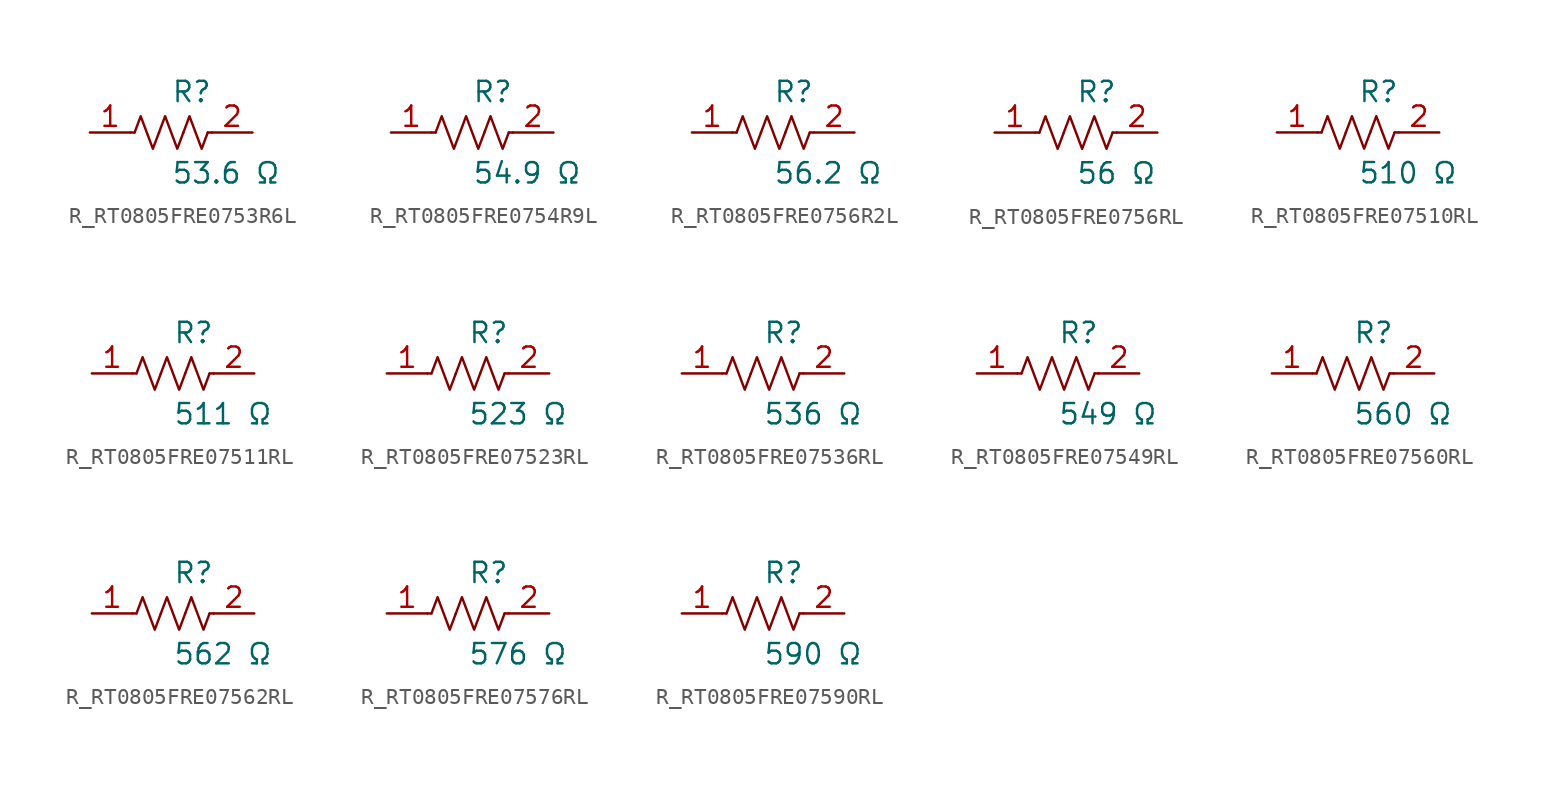
<source format=kicad_sym>
(kicad_symbol_lib
  (version 20231120)
  (generator kicad_symbol_editor)
  (generator_version 8.0)
  (symbol "R_RT0805FRE0753R6L"
    (pin_names
      (offset 0.254))
    (property "Reference" "R"
      (at 0.0 2.54 0)
      (effects (font (size 1.27 1.27)) (justify left)))
    (property "Value" "53.6 Ω"
      (at 0.0 -2.54 0)
      (effects (font (size 1.27 1.27)) (justify left)))
    (symbol "R_RT0805FRE0753R6L_0_1"
      (polyline (pts (xy 2.286 0) (xy 2.54 0)) (stroke (width 0) (type default)) (fill (type none)))
      (polyline (pts (xy -2.286 0) (xy -2.54 0)) (stroke (width 0) (type default)) (fill (type none)))
      (polyline (pts (xy 0.762 0) (xy 1.143 1.016) (xy 1.524 0) (xy 1.905 -1.016) (xy 2.286 0)) (stroke (width 0) (type default)) (fill (type none)))
      (polyline (pts (xy -0.762 0) (xy -0.381 1.016) (xy 0 0) (xy 0.381 -1.016) (xy 0.762 0)) (stroke (width 0) (type default)) (fill (type none)))
      (polyline (pts (xy -2.286 0) (xy -1.905 1.016) (xy -1.524 0) (xy -1.143 -1.016) (xy -0.762 0)) (stroke (width 0) (type default)) (fill (type none))))
    (pin unspecified line
      (at -5.08 0 0)
      (length 2.54)
      (name "" (effects (font (size 1.27 1.27))))
      (number "1" (effects (font (size 1.27 1.27)))))
    (pin unspecified line
      (at 5.08 0 180)
      (length 2.54)
      (name "" (effects (font (size 1.27 1.27))))
      (number "2" (effects (font (size 1.27 1.27))))))
  (symbol "R_RT0805FRE0754R9L"
    (pin_names
      (offset 0.254))
    (property "Reference" "R"
      (at 0.0 2.54 0)
      (effects (font (size 1.27 1.27)) (justify left)))
    (property "Value" "54.9 Ω"
      (at 0.0 -2.54 0)
      (effects (font (size 1.27 1.27)) (justify left)))
    (symbol "R_RT0805FRE0754R9L_0_1"
      (polyline (pts (xy 2.286 0) (xy 2.54 0)) (stroke (width 0) (type default)) (fill (type none)))
      (polyline (pts (xy -2.286 0) (xy -2.54 0)) (stroke (width 0) (type default)) (fill (type none)))
      (polyline (pts (xy 0.762 0) (xy 1.143 1.016) (xy 1.524 0) (xy 1.905 -1.016) (xy 2.286 0)) (stroke (width 0) (type default)) (fill (type none)))
      (polyline (pts (xy -0.762 0) (xy -0.381 1.016) (xy 0 0) (xy 0.381 -1.016) (xy 0.762 0)) (stroke (width 0) (type default)) (fill (type none)))
      (polyline (pts (xy -2.286 0) (xy -1.905 1.016) (xy -1.524 0) (xy -1.143 -1.016) (xy -0.762 0)) (stroke (width 0) (type default)) (fill (type none))))
    (pin unspecified line
      (at -5.08 0 0)
      (length 2.54)
      (name "" (effects (font (size 1.27 1.27))))
      (number "1" (effects (font (size 1.27 1.27)))))
    (pin unspecified line
      (at 5.08 0 180)
      (length 2.54)
      (name "" (effects (font (size 1.27 1.27))))
      (number "2" (effects (font (size 1.27 1.27))))))
  (symbol "R_RT0805FRE0756R2L"
    (pin_names
      (offset 0.254))
    (property "Reference" "R"
      (at 0.0 2.54 0)
      (effects (font (size 1.27 1.27)) (justify left)))
    (property "Value" "56.2 Ω"
      (at 0.0 -2.54 0)
      (effects (font (size 1.27 1.27)) (justify left)))
    (symbol "R_RT0805FRE0756R2L_0_1"
      (polyline (pts (xy 2.286 0) (xy 2.54 0)) (stroke (width 0) (type default)) (fill (type none)))
      (polyline (pts (xy -2.286 0) (xy -2.54 0)) (stroke (width 0) (type default)) (fill (type none)))
      (polyline (pts (xy 0.762 0) (xy 1.143 1.016) (xy 1.524 0) (xy 1.905 -1.016) (xy 2.286 0)) (stroke (width 0) (type default)) (fill (type none)))
      (polyline (pts (xy -0.762 0) (xy -0.381 1.016) (xy 0 0) (xy 0.381 -1.016) (xy 0.762 0)) (stroke (width 0) (type default)) (fill (type none)))
      (polyline (pts (xy -2.286 0) (xy -1.905 1.016) (xy -1.524 0) (xy -1.143 -1.016) (xy -0.762 0)) (stroke (width 0) (type default)) (fill (type none))))
    (pin unspecified line
      (at -5.08 0 0)
      (length 2.54)
      (name "" (effects (font (size 1.27 1.27))))
      (number "1" (effects (font (size 1.27 1.27)))))
    (pin unspecified line
      (at 5.08 0 180)
      (length 2.54)
      (name "" (effects (font (size 1.27 1.27))))
      (number "2" (effects (font (size 1.27 1.27))))))
  (symbol "R_RT0805FRE0756RL"
    (pin_names
      (offset 0.254))
    (property "Reference" "R"
      (at 0.0 2.54 0)
      (effects (font (size 1.27 1.27)) (justify left)))
    (property "Value" "56 Ω"
      (at 0.0 -2.54 0)
      (effects (font (size 1.27 1.27)) (justify left)))
    (symbol "R_RT0805FRE0756RL_0_1"
      (polyline (pts (xy 2.286 0) (xy 2.54 0)) (stroke (width 0) (type default)) (fill (type none)))
      (polyline (pts (xy -2.286 0) (xy -2.54 0)) (stroke (width 0) (type default)) (fill (type none)))
      (polyline (pts (xy 0.762 0) (xy 1.143 1.016) (xy 1.524 0) (xy 1.905 -1.016) (xy 2.286 0)) (stroke (width 0) (type default)) (fill (type none)))
      (polyline (pts (xy -0.762 0) (xy -0.381 1.016) (xy 0 0) (xy 0.381 -1.016) (xy 0.762 0)) (stroke (width 0) (type default)) (fill (type none)))
      (polyline (pts (xy -2.286 0) (xy -1.905 1.016) (xy -1.524 0) (xy -1.143 -1.016) (xy -0.762 0)) (stroke (width 0) (type default)) (fill (type none))))
    (pin unspecified line
      (at -5.08 0 0)
      (length 2.54)
      (name "" (effects (font (size 1.27 1.27))))
      (number "1" (effects (font (size 1.27 1.27)))))
    (pin unspecified line
      (at 5.08 0 180)
      (length 2.54)
      (name "" (effects (font (size 1.27 1.27))))
      (number "2" (effects (font (size 1.27 1.27))))))
  (symbol "R_RT0805FRE07510RL"
    (pin_names
      (offset 0.254))
    (property "Reference" "R"
      (at 0.0 2.54 0)
      (effects (font (size 1.27 1.27)) (justify left)))
    (property "Value" "510 Ω"
      (at 0.0 -2.54 0)
      (effects (font (size 1.27 1.27)) (justify left)))
    (symbol "R_RT0805FRE07510RL_0_1"
      (polyline (pts (xy 2.286 0) (xy 2.54 0)) (stroke (width 0) (type default)) (fill (type none)))
      (polyline (pts (xy -2.286 0) (xy -2.54 0)) (stroke (width 0) (type default)) (fill (type none)))
      (polyline (pts (xy 0.762 0) (xy 1.143 1.016) (xy 1.524 0) (xy 1.905 -1.016) (xy 2.286 0)) (stroke (width 0) (type default)) (fill (type none)))
      (polyline (pts (xy -0.762 0) (xy -0.381 1.016) (xy 0 0) (xy 0.381 -1.016) (xy 0.762 0)) (stroke (width 0) (type default)) (fill (type none)))
      (polyline (pts (xy -2.286 0) (xy -1.905 1.016) (xy -1.524 0) (xy -1.143 -1.016) (xy -0.762 0)) (stroke (width 0) (type default)) (fill (type none))))
    (pin unspecified line
      (at -5.08 0 0)
      (length 2.54)
      (name "" (effects (font (size 1.27 1.27))))
      (number "1" (effects (font (size 1.27 1.27)))))
    (pin unspecified line
      (at 5.08 0 180)
      (length 2.54)
      (name "" (effects (font (size 1.27 1.27))))
      (number "2" (effects (font (size 1.27 1.27))))))
  (symbol "R_RT0805FRE07511RL"
    (pin_names
      (offset 0.254))
    (property "Reference" "R"
      (at 0.0 2.54 0)
      (effects (font (size 1.27 1.27)) (justify left)))
    (property "Value" "511 Ω"
      (at 0.0 -2.54 0)
      (effects (font (size 1.27 1.27)) (justify left)))
    (symbol "R_RT0805FRE07511RL_0_1"
      (polyline (pts (xy 2.286 0) (xy 2.54 0)) (stroke (width 0) (type default)) (fill (type none)))
      (polyline (pts (xy -2.286 0) (xy -2.54 0)) (stroke (width 0) (type default)) (fill (type none)))
      (polyline (pts (xy 0.762 0) (xy 1.143 1.016) (xy 1.524 0) (xy 1.905 -1.016) (xy 2.286 0)) (stroke (width 0) (type default)) (fill (type none)))
      (polyline (pts (xy -0.762 0) (xy -0.381 1.016) (xy 0 0) (xy 0.381 -1.016) (xy 0.762 0)) (stroke (width 0) (type default)) (fill (type none)))
      (polyline (pts (xy -2.286 0) (xy -1.905 1.016) (xy -1.524 0) (xy -1.143 -1.016) (xy -0.762 0)) (stroke (width 0) (type default)) (fill (type none))))
    (pin unspecified line
      (at -5.08 0 0)
      (length 2.54)
      (name "" (effects (font (size 1.27 1.27))))
      (number "1" (effects (font (size 1.27 1.27)))))
    (pin unspecified line
      (at 5.08 0 180)
      (length 2.54)
      (name "" (effects (font (size 1.27 1.27))))
      (number "2" (effects (font (size 1.27 1.27))))))
  (symbol "R_RT0805FRE07523RL"
    (pin_names
      (offset 0.254))
    (property "Reference" "R"
      (at 0.0 2.54 0)
      (effects (font (size 1.27 1.27)) (justify left)))
    (property "Value" "523 Ω"
      (at 0.0 -2.54 0)
      (effects (font (size 1.27 1.27)) (justify left)))
    (symbol "R_RT0805FRE07523RL_0_1"
      (polyline (pts (xy 2.286 0) (xy 2.54 0)) (stroke (width 0) (type default)) (fill (type none)))
      (polyline (pts (xy -2.286 0) (xy -2.54 0)) (stroke (width 0) (type default)) (fill (type none)))
      (polyline (pts (xy 0.762 0) (xy 1.143 1.016) (xy 1.524 0) (xy 1.905 -1.016) (xy 2.286 0)) (stroke (width 0) (type default)) (fill (type none)))
      (polyline (pts (xy -0.762 0) (xy -0.381 1.016) (xy 0 0) (xy 0.381 -1.016) (xy 0.762 0)) (stroke (width 0) (type default)) (fill (type none)))
      (polyline (pts (xy -2.286 0) (xy -1.905 1.016) (xy -1.524 0) (xy -1.143 -1.016) (xy -0.762 0)) (stroke (width 0) (type default)) (fill (type none))))
    (pin unspecified line
      (at -5.08 0 0)
      (length 2.54)
      (name "" (effects (font (size 1.27 1.27))))
      (number "1" (effects (font (size 1.27 1.27)))))
    (pin unspecified line
      (at 5.08 0 180)
      (length 2.54)
      (name "" (effects (font (size 1.27 1.27))))
      (number "2" (effects (font (size 1.27 1.27))))))
  (symbol "R_RT0805FRE07536RL"
    (pin_names
      (offset 0.254))
    (property "Reference" "R"
      (at 0.0 2.54 0)
      (effects (font (size 1.27 1.27)) (justify left)))
    (property "Value" "536 Ω"
      (at 0.0 -2.54 0)
      (effects (font (size 1.27 1.27)) (justify left)))
    (symbol "R_RT0805FRE07536RL_0_1"
      (polyline (pts (xy 2.286 0) (xy 2.54 0)) (stroke (width 0) (type default)) (fill (type none)))
      (polyline (pts (xy -2.286 0) (xy -2.54 0)) (stroke (width 0) (type default)) (fill (type none)))
      (polyline (pts (xy 0.762 0) (xy 1.143 1.016) (xy 1.524 0) (xy 1.905 -1.016) (xy 2.286 0)) (stroke (width 0) (type default)) (fill (type none)))
      (polyline (pts (xy -0.762 0) (xy -0.381 1.016) (xy 0 0) (xy 0.381 -1.016) (xy 0.762 0)) (stroke (width 0) (type default)) (fill (type none)))
      (polyline (pts (xy -2.286 0) (xy -1.905 1.016) (xy -1.524 0) (xy -1.143 -1.016) (xy -0.762 0)) (stroke (width 0) (type default)) (fill (type none))))
    (pin unspecified line
      (at -5.08 0 0)
      (length 2.54)
      (name "" (effects (font (size 1.27 1.27))))
      (number "1" (effects (font (size 1.27 1.27)))))
    (pin unspecified line
      (at 5.08 0 180)
      (length 2.54)
      (name "" (effects (font (size 1.27 1.27))))
      (number "2" (effects (font (size 1.27 1.27))))))
  (symbol "R_RT0805FRE07549RL"
    (pin_names
      (offset 0.254))
    (property "Reference" "R"
      (at 0.0 2.54 0)
      (effects (font (size 1.27 1.27)) (justify left)))
    (property "Value" "549 Ω"
      (at 0.0 -2.54 0)
      (effects (font (size 1.27 1.27)) (justify left)))
    (symbol "R_RT0805FRE07549RL_0_1"
      (polyline (pts (xy 2.286 0) (xy 2.54 0)) (stroke (width 0) (type default)) (fill (type none)))
      (polyline (pts (xy -2.286 0) (xy -2.54 0)) (stroke (width 0) (type default)) (fill (type none)))
      (polyline (pts (xy 0.762 0) (xy 1.143 1.016) (xy 1.524 0) (xy 1.905 -1.016) (xy 2.286 0)) (stroke (width 0) (type default)) (fill (type none)))
      (polyline (pts (xy -0.762 0) (xy -0.381 1.016) (xy 0 0) (xy 0.381 -1.016) (xy 0.762 0)) (stroke (width 0) (type default)) (fill (type none)))
      (polyline (pts (xy -2.286 0) (xy -1.905 1.016) (xy -1.524 0) (xy -1.143 -1.016) (xy -0.762 0)) (stroke (width 0) (type default)) (fill (type none))))
    (pin unspecified line
      (at -5.08 0 0)
      (length 2.54)
      (name "" (effects (font (size 1.27 1.27))))
      (number "1" (effects (font (size 1.27 1.27)))))
    (pin unspecified line
      (at 5.08 0 180)
      (length 2.54)
      (name "" (effects (font (size 1.27 1.27))))
      (number "2" (effects (font (size 1.27 1.27))))))
  (symbol "R_RT0805FRE07560RL"
    (pin_names
      (offset 0.254))
    (property "Reference" "R"
      (at 0.0 2.54 0)
      (effects (font (size 1.27 1.27)) (justify left)))
    (property "Value" "560 Ω"
      (at 0.0 -2.54 0)
      (effects (font (size 1.27 1.27)) (justify left)))
    (symbol "R_RT0805FRE07560RL_0_1"
      (polyline (pts (xy 2.286 0) (xy 2.54 0)) (stroke (width 0) (type default)) (fill (type none)))
      (polyline (pts (xy -2.286 0) (xy -2.54 0)) (stroke (width 0) (type default)) (fill (type none)))
      (polyline (pts (xy 0.762 0) (xy 1.143 1.016) (xy 1.524 0) (xy 1.905 -1.016) (xy 2.286 0)) (stroke (width 0) (type default)) (fill (type none)))
      (polyline (pts (xy -0.762 0) (xy -0.381 1.016) (xy 0 0) (xy 0.381 -1.016) (xy 0.762 0)) (stroke (width 0) (type default)) (fill (type none)))
      (polyline (pts (xy -2.286 0) (xy -1.905 1.016) (xy -1.524 0) (xy -1.143 -1.016) (xy -0.762 0)) (stroke (width 0) (type default)) (fill (type none))))
    (pin unspecified line
      (at -5.08 0 0)
      (length 2.54)
      (name "" (effects (font (size 1.27 1.27))))
      (number "1" (effects (font (size 1.27 1.27)))))
    (pin unspecified line
      (at 5.08 0 180)
      (length 2.54)
      (name "" (effects (font (size 1.27 1.27))))
      (number "2" (effects (font (size 1.27 1.27))))))
  (symbol "R_RT0805FRE07562RL"
    (pin_names
      (offset 0.254))
    (property "Reference" "R"
      (at 0.0 2.54 0)
      (effects (font (size 1.27 1.27)) (justify left)))
    (property "Value" "562 Ω"
      (at 0.0 -2.54 0)
      (effects (font (size 1.27 1.27)) (justify left)))
    (symbol "R_RT0805FRE07562RL_0_1"
      (polyline (pts (xy 2.286 0) (xy 2.54 0)) (stroke (width 0) (type default)) (fill (type none)))
      (polyline (pts (xy -2.286 0) (xy -2.54 0)) (stroke (width 0) (type default)) (fill (type none)))
      (polyline (pts (xy 0.762 0) (xy 1.143 1.016) (xy 1.524 0) (xy 1.905 -1.016) (xy 2.286 0)) (stroke (width 0) (type default)) (fill (type none)))
      (polyline (pts (xy -0.762 0) (xy -0.381 1.016) (xy 0 0) (xy 0.381 -1.016) (xy 0.762 0)) (stroke (width 0) (type default)) (fill (type none)))
      (polyline (pts (xy -2.286 0) (xy -1.905 1.016) (xy -1.524 0) (xy -1.143 -1.016) (xy -0.762 0)) (stroke (width 0) (type default)) (fill (type none))))
    (pin unspecified line
      (at -5.08 0 0)
      (length 2.54)
      (name "" (effects (font (size 1.27 1.27))))
      (number "1" (effects (font (size 1.27 1.27)))))
    (pin unspecified line
      (at 5.08 0 180)
      (length 2.54)
      (name "" (effects (font (size 1.27 1.27))))
      (number "2" (effects (font (size 1.27 1.27))))))
  (symbol "R_RT0805FRE07576RL"
    (pin_names
      (offset 0.254))
    (property "Reference" "R"
      (at 0.0 2.54 0)
      (effects (font (size 1.27 1.27)) (justify left)))
    (property "Value" "576 Ω"
      (at 0.0 -2.54 0)
      (effects (font (size 1.27 1.27)) (justify left)))
    (symbol "R_RT0805FRE07576RL_0_1"
      (polyline (pts (xy 2.286 0) (xy 2.54 0)) (stroke (width 0) (type default)) (fill (type none)))
      (polyline (pts (xy -2.286 0) (xy -2.54 0)) (stroke (width 0) (type default)) (fill (type none)))
      (polyline (pts (xy 0.762 0) (xy 1.143 1.016) (xy 1.524 0) (xy 1.905 -1.016) (xy 2.286 0)) (stroke (width 0) (type default)) (fill (type none)))
      (polyline (pts (xy -0.762 0) (xy -0.381 1.016) (xy 0 0) (xy 0.381 -1.016) (xy 0.762 0)) (stroke (width 0) (type default)) (fill (type none)))
      (polyline (pts (xy -2.286 0) (xy -1.905 1.016) (xy -1.524 0) (xy -1.143 -1.016) (xy -0.762 0)) (stroke (width 0) (type default)) (fill (type none))))
    (pin unspecified line
      (at -5.08 0 0)
      (length 2.54)
      (name "" (effects (font (size 1.27 1.27))))
      (number "1" (effects (font (size 1.27 1.27)))))
    (pin unspecified line
      (at 5.08 0 180)
      (length 2.54)
      (name "" (effects (font (size 1.27 1.27))))
      (number "2" (effects (font (size 1.27 1.27))))))
  (symbol "R_RT0805FRE07590RL"
    (pin_names
      (offset 0.254))
    (property "Reference" "R"
      (at 0.0 2.54 0)
      (effects (font (size 1.27 1.27)) (justify left)))
    (property "Value" "590 Ω"
      (at 0.0 -2.54 0)
      (effects (font (size 1.27 1.27)) (justify left)))
    (symbol "R_RT0805FRE07590RL_0_1"
      (polyline (pts (xy 2.286 0) (xy 2.54 0)) (stroke (width 0) (type default)) (fill (type none)))
      (polyline (pts (xy -2.286 0) (xy -2.54 0)) (stroke (width 0) (type default)) (fill (type none)))
      (polyline (pts (xy 0.762 0) (xy 1.143 1.016) (xy 1.524 0) (xy 1.905 -1.016) (xy 2.286 0)) (stroke (width 0) (type default)) (fill (type none)))
      (polyline (pts (xy -0.762 0) (xy -0.381 1.016) (xy 0 0) (xy 0.381 -1.016) (xy 0.762 0)) (stroke (width 0) (type default)) (fill (type none)))
      (polyline (pts (xy -2.286 0) (xy -1.905 1.016) (xy -1.524 0) (xy -1.143 -1.016) (xy -0.762 0)) (stroke (width 0) (type default)) (fill (type none))))
    (pin unspecified line
      (at -5.08 0 0)
      (length 2.54)
      (name "" (effects (font (size 1.27 1.27))))
      (number "1" (effects (font (size 1.27 1.27)))))
    (pin unspecified line
      (at 5.08 0 180)
      (length 2.54)
      (name "" (effects (font (size 1.27 1.27))))
      (number "2" (effects (font (size 1.27 1.27)))))))
</source>
